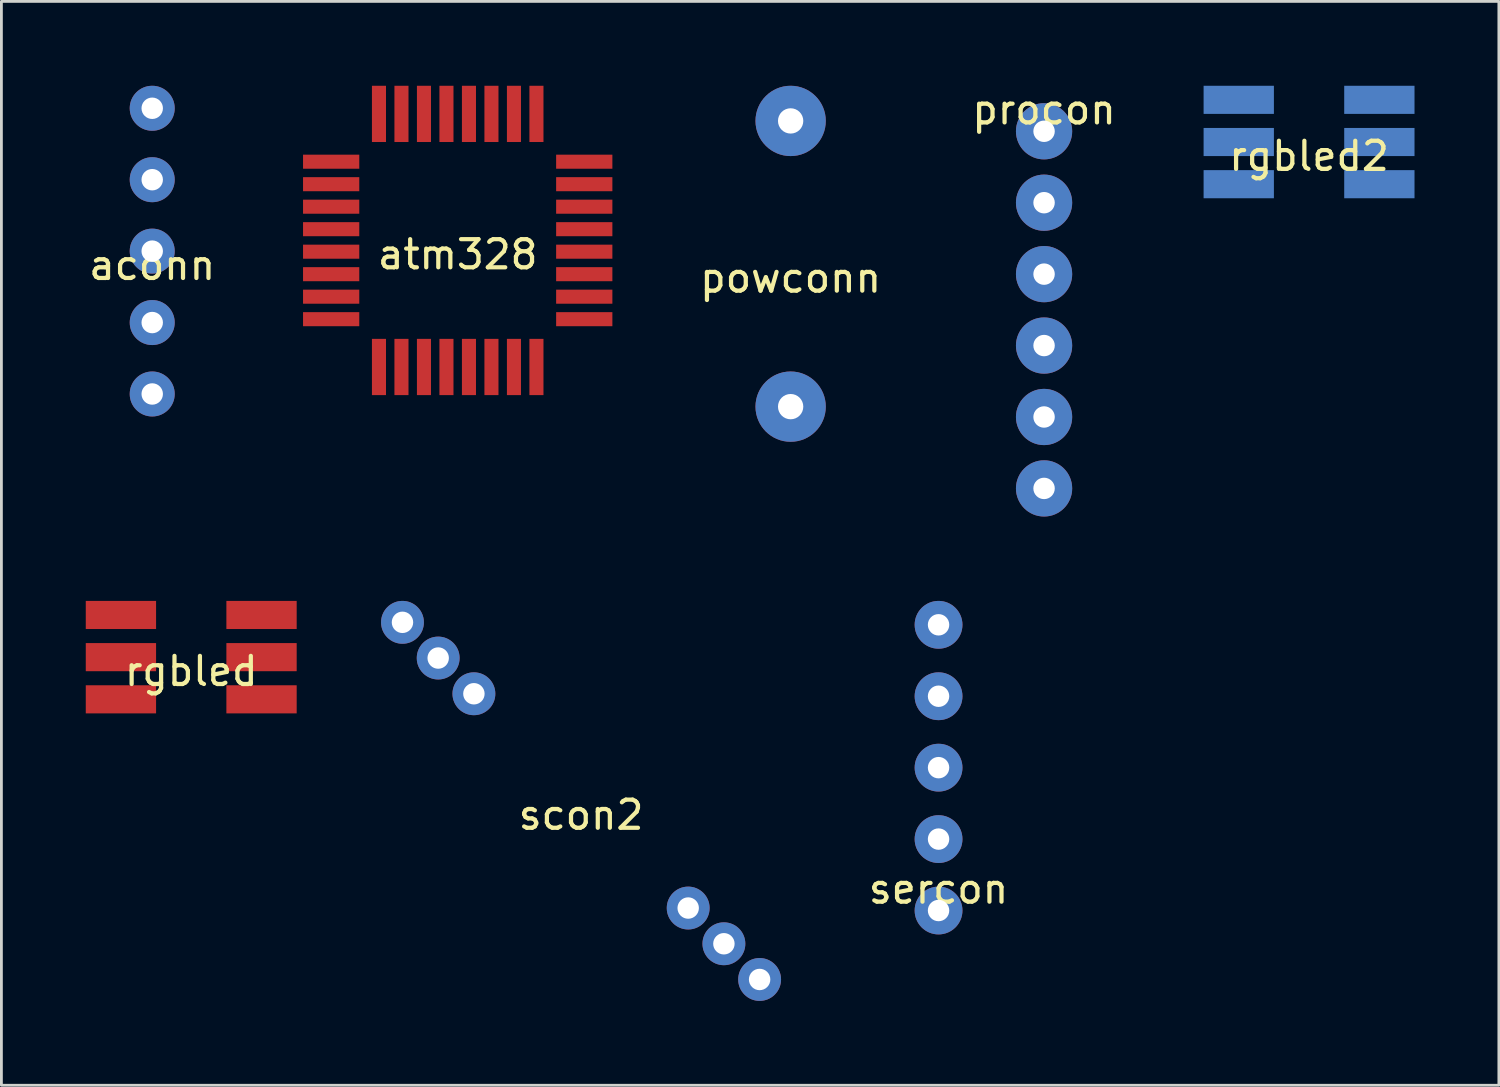
<source format=kicad_pcb>
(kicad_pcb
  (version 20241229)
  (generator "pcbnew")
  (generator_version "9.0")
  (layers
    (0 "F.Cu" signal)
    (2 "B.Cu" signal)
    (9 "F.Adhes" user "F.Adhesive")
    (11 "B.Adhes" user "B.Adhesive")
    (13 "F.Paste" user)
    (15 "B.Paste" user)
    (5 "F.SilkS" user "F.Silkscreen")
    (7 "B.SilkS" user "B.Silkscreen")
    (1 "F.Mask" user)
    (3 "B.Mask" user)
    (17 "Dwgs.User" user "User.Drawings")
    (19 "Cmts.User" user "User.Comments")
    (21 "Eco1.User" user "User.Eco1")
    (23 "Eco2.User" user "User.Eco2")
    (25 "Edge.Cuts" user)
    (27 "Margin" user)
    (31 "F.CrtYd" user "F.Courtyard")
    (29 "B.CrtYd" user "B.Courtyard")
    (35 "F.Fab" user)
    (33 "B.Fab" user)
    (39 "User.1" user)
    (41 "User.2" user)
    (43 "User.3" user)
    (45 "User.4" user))
  (footprint "aconn"
    (layer "F.Cu")
    (at 2.363 5.88)
    (property "Reference" "aconn" (at 0 0.5 0) (layer "F.SilkS") (effects (font (size 1 1) (thickness 0.15))))
    (attr through_hole)
    (pad "1" thru_hole circle (at 0 -5.08) (size 1.6 1.6) (drill 0.762) (layers "*.Cu" "*.Mask"))
    (pad "2" thru_hole circle (at 0 -2.54) (size 1.6 1.6) (drill 0.762) (layers "*.Cu" "*.Mask"))
    (pad "3" thru_hole circle (at 0 0) (size 1.6 1.6) (drill 0.762) (layers "*.Cu" "*.Mask"))
    (pad "4" thru_hole circle (at 0 2.54) (size 1.6 1.6) (drill 0.762) (layers "*.Cu" "*.Mask"))
    (pad "5" thru_hole circle (at 0 5.08) (size 1.6 1.6) (drill 0.762) (layers "*.Cu" "*.Mask")))
  (footprint "procon"
    (layer "F.Cu")
    (at 34.077 7.968)
    (property "Reference" "procon" (at 0 -7.12 0) (layer "F.SilkS") (effects (font (size 1 1) (thickness 0.15))))
    (attr through_hole)
    (pad "1" thru_hole circle (at 0 1.27) (size 2 2) (drill 0.762) (layers "*.Cu" "*.Mask"))
    (pad "2" thru_hole circle (at 0 3.81) (size 2 2) (drill 0.762) (layers "*.Cu" "*.Mask"))
    (pad "3" thru_hole circle (at 0 6.35) (size 2 2) (drill 0.762) (layers "*.Cu" "*.Mask"))
    (pad "4" thru_hole circle (at 0 -6.35) (size 2 2) (drill 0.762) (layers "*.Cu" "*.Mask"))
    (pad "5" thru_hole circle (at 0 -3.81) (size 2 2) (drill 0.762) (layers "*.Cu" "*.Mask"))
    (pad "6" thru_hole circle (at 0 -1.27) (size 2 2) (drill 0.762) (layers "*.Cu" "*.Mask")))
  (footprint "rgbled"
    (layer "F.Cu")
    (at 3.75 20.318)
    (property "Reference" "rgbled" (at 0 0.5 0) (layer "F.SilkS") (effects (font (size 1 1) (thickness 0.15))))
    (attr through_hole)
    (pad "1" smd rect (at -2.5 -1.5) (size 2.5 1) (layers "F.Cu" "F.Mask" "F.Paste"))
    (pad "2" smd rect (at -2.5 0) (size 2.5 1) (layers "F.Cu" "F.Mask" "F.Paste"))
    (pad "3" smd rect (at -2.5 1.5) (size 2.5 1) (layers "F.Cu" "F.Mask" "F.Paste"))
    (pad "4" smd rect (at 2.5 1.5) (size 2.5 1) (layers "F.Cu" "F.Mask" "F.Paste"))
    (pad "5" smd rect (at 2.5 0) (size 2.5 1) (layers "F.Cu" "F.Mask" "F.Paste"))
    (pad "6" smd rect (at 2.5 -1.5) (size 2.5 1) (layers "F.Cu" "F.Mask" "F.Paste")))
  (footprint "powconn"
    (layer "F.Cu")
    (at 25.065 6.33)
    (property "Reference" "powconn" (at 0 0.5 0) (layer "F.SilkS") (effects (font (size 1 1) (thickness 0.15))))
    (attr through_hole)
    (pad "1" thru_hole circle (at 0 -5.08) (size 2.5 2.5) (drill 0.9) (layers "*.Cu" "*.Mask"))
    (pad "2" thru_hole circle (at 0 5.08) (size 2.5 2.5) (drill 0.9) (layers "*.Cu" "*.Mask")))
  (footprint "scon2"
    (layer "F.Cu")
    (at 17.612 25.43)
    (property "Reference" "scon2" (at 0 0.5 0) (layer "F.SilkS") (effects (font (size 1 1) (thickness 0.15))))
    (attr through_hole)
    (pad "1" thru_hole circle (at -6.35 -6.35) (size 1.524 1.524) (drill 0.762) (layers "*.Cu" "*.Mask"))
    (pad "2" thru_hole circle (at 5.08 5.08) (size 1.524 1.524) (drill 0.762) (layers "*.Cu" "*.Mask"))
    (pad "3" thru_hole circle (at -3.81 -3.81) (size 1.524 1.524) (drill 0.762) (layers "*.Cu" "*.Mask"))
    (pad "4" thru_hole circle (at 3.81 3.81) (size 1.524 1.524) (drill 0.762) (layers "*.Cu" "*.Mask"))
    (pad "5" thru_hole circle (at -5.08 -5.08) (size 1.524 1.524) (drill 0.762) (layers "*.Cu" "*.Mask"))
    (pad "6" thru_hole circle (at 6.35 6.35) (size 1.524 1.524) (drill 0.762) (layers "*.Cu" "*.Mask")))
  (footprint "rgbled2"
    (layer "F.Cu")
    (at 43.5 2)
    (property "Reference" "rgbled2" (at 0 0.5 0) (layer "F.SilkS") (effects (font (size 1 1) (thickness 0.15))))
    (attr through_hole)
    (pad "1" smd rect (at 2.5 -1.5) (size 2.5 1) (layers "B.Cu" "B.Mask" "B.Paste"))
    (pad "2" smd rect (at 2.5 0) (size 2.5 1) (layers "B.Cu" "B.Mask" "B.Paste"))
    (pad "3" smd rect (at 2.5 1.5) (size 2.5 1) (layers "B.Cu" "B.Mask" "B.Paste"))
    (pad "4" smd rect (at -2.5 1.5) (size 2.5 1) (layers "B.Cu" "B.Mask" "B.Paste"))
    (pad "5" smd rect (at -2.5 0) (size 2.5 1) (layers "B.Cu" "B.Mask" "B.Paste"))
    (pad "6" smd rect (at -2.5 -1.5) (size 2.5 1) (layers "B.Cu" "B.Mask" "B.Paste")))
  (footprint "sercon"
    (layer "F.Cu")
    (at 30.325 28.058)
    (property "Reference" "sercon" (at 0 0.5 0) (layer "F.SilkS") (effects (font (size 1 1) (thickness 0.15))))
    (attr through_hole)
    (pad "1" thru_hole circle (at 0 -3.81) (size 1.7 1.7) (drill 0.762) (layers "*.Cu" "*.Mask"))
    (pad "2" thru_hole circle (at 0 -1.27) (size 1.7 1.7) (drill 0.762) (layers "*.Cu" "*.Mask"))
    (pad "3" thru_hole circle (at 0 1.27) (size 1.7 1.7) (drill 0.762) (layers "*.Cu" "*.Mask"))
    (pad "4" thru_hole circle (at 0 -6.35) (size 1.7 1.7) (drill 0.762) (layers "*.Cu" "*.Mask"))
    (pad "5" thru_hole circle (at 0 -8.89) (size 1.7 1.7) (drill 0.762) (layers "*.Cu" "*.Mask")))
  (footprint "atm328"
    (layer "F.Cu")
    (at 13.226 5.5)
    (property "Reference" "atm328" (at 0 0.5 0) (layer "F.SilkS") (effects (font (size 1 1) (thickness 0.15))))
    (attr through_hole)
    (pad "1" smd rect (at -4.5 -2.8) (size 2 0.5) (layers "F.Cu" "F.Mask" "F.Paste"))
    (pad "2" smd rect (at -4.5 -2) (size 2 0.5) (layers "F.Cu" "F.Mask" "F.Paste"))
    (pad "3" smd rect (at -4.5 -1.2) (size 2 0.5) (layers "F.Cu" "F.Mask" "F.Paste"))
    (pad "4" smd rect (at -4.5 -0.4) (size 2 0.5) (layers "F.Cu" "F.Mask" "F.Paste"))
    (pad "5" smd rect (at -4.5 0.4) (size 2 0.5) (layers "F.Cu" "F.Mask" "F.Paste"))
    (pad "6" smd rect (at -4.5 1.2) (size 2 0.5) (layers "F.Cu" "F.Mask" "F.Paste"))
    (pad "7" smd rect (at -4.5 2) (size 2 0.5) (layers "F.Cu" "F.Mask" "F.Paste"))
    (pad "8" smd rect (at -4.5 2.8) (size 2 0.5) (layers "F.Cu" "F.Mask" "F.Paste"))
    (pad "9" smd rect (at -2.8 4.5) (size 0.5 2) (layers "F.Cu" "F.Mask" "F.Paste"))
    (pad "10" smd rect (at -2 4.5) (size 0.5 2) (layers "F.Cu" "F.Mask" "F.Paste"))
    (pad "11" smd rect (at -1.2 4.5) (size 0.5 2) (layers "F.Cu" "F.Mask" "F.Paste"))
    (pad "12" smd rect (at -0.4 4.5) (size 0.5 2) (layers "F.Cu" "F.Mask" "F.Paste"))
    (pad "13" smd rect (at 0.4 4.5) (size 0.5 2) (layers "F.Cu" "F.Mask" "F.Paste"))
    (pad "14" smd rect (at 1.2 4.5) (size 0.5 2) (layers "F.Cu" "F.Mask" "F.Paste"))
    (pad "15" smd rect (at 2 4.5) (size 0.5 2) (layers "F.Cu" "F.Mask" "F.Paste"))
    (pad "16" smd rect (at 2.8 4.5) (size 0.5 2) (layers "F.Cu" "F.Mask" "F.Paste"))
    (pad "17" smd rect (at 4.5 2.8) (size 2 0.5) (layers "F.Cu" "F.Mask" "F.Paste"))
    (pad "18" smd rect (at 4.5 2) (size 2 0.5) (layers "F.Cu" "F.Mask" "F.Paste"))
    (pad "19" smd rect (at 4.5 1.2) (size 2 0.5) (layers "F.Cu" "F.Mask" "F.Paste"))
    (pad "20" smd rect (at 4.5 0.4) (size 2 0.5) (layers "F.Cu" "F.Mask" "F.Paste"))
    (pad "21" smd rect (at 4.5 -0.4) (size 2 0.5) (layers "F.Cu" "F.Mask" "F.Paste"))
    (pad "22" smd rect (at 4.5 -1.2) (size 2 0.5) (layers "F.Cu" "F.Mask" "F.Paste"))
    (pad "23" smd rect (at 4.5 -2) (size 2 0.5) (layers "F.Cu" "F.Mask" "F.Paste"))
    (pad "24" smd rect (at 4.5 -2.8) (size 2 0.5) (layers "F.Cu" "F.Mask" "F.Paste"))
    (pad "25" smd rect (at 2.8 -4.5) (size 0.5 2) (layers "F.Cu" "F.Mask" "F.Paste"))
    (pad "26" smd rect (at 2 -4.5) (size 0.5 2) (layers "F.Cu" "F.Mask" "F.Paste"))
    (pad "27" smd rect (at 1.2 -4.5) (size 0.5 2) (layers "F.Cu" "F.Mask" "F.Paste"))
    (pad "28" smd rect (at 0.4 -4.5) (size 0.5 2) (layers "F.Cu" "F.Mask" "F.Paste"))
    (pad "29" smd rect (at -0.4 -4.5) (size 0.5 2) (layers "F.Cu" "F.Mask" "F.Paste"))
    (pad "30" smd rect (at -1.2 -4.5) (size 0.5 2) (layers "F.Cu" "F.Mask" "F.Paste"))
    (pad "31" smd rect (at -2 -4.5) (size 0.5 2) (layers "F.Cu" "F.Mask" "F.Paste"))
    (pad "32" smd rect (at -2.8 -4.5) (size 0.5 2) (layers "F.Cu" "F.Mask" "F.Paste")))
  (gr_rect
    (start -3 -3)
    (end 50.25 35.542)
    (stroke (width 0.1) (type default))
    (fill no)
    (layer "Edge.Cuts")))
</source>
